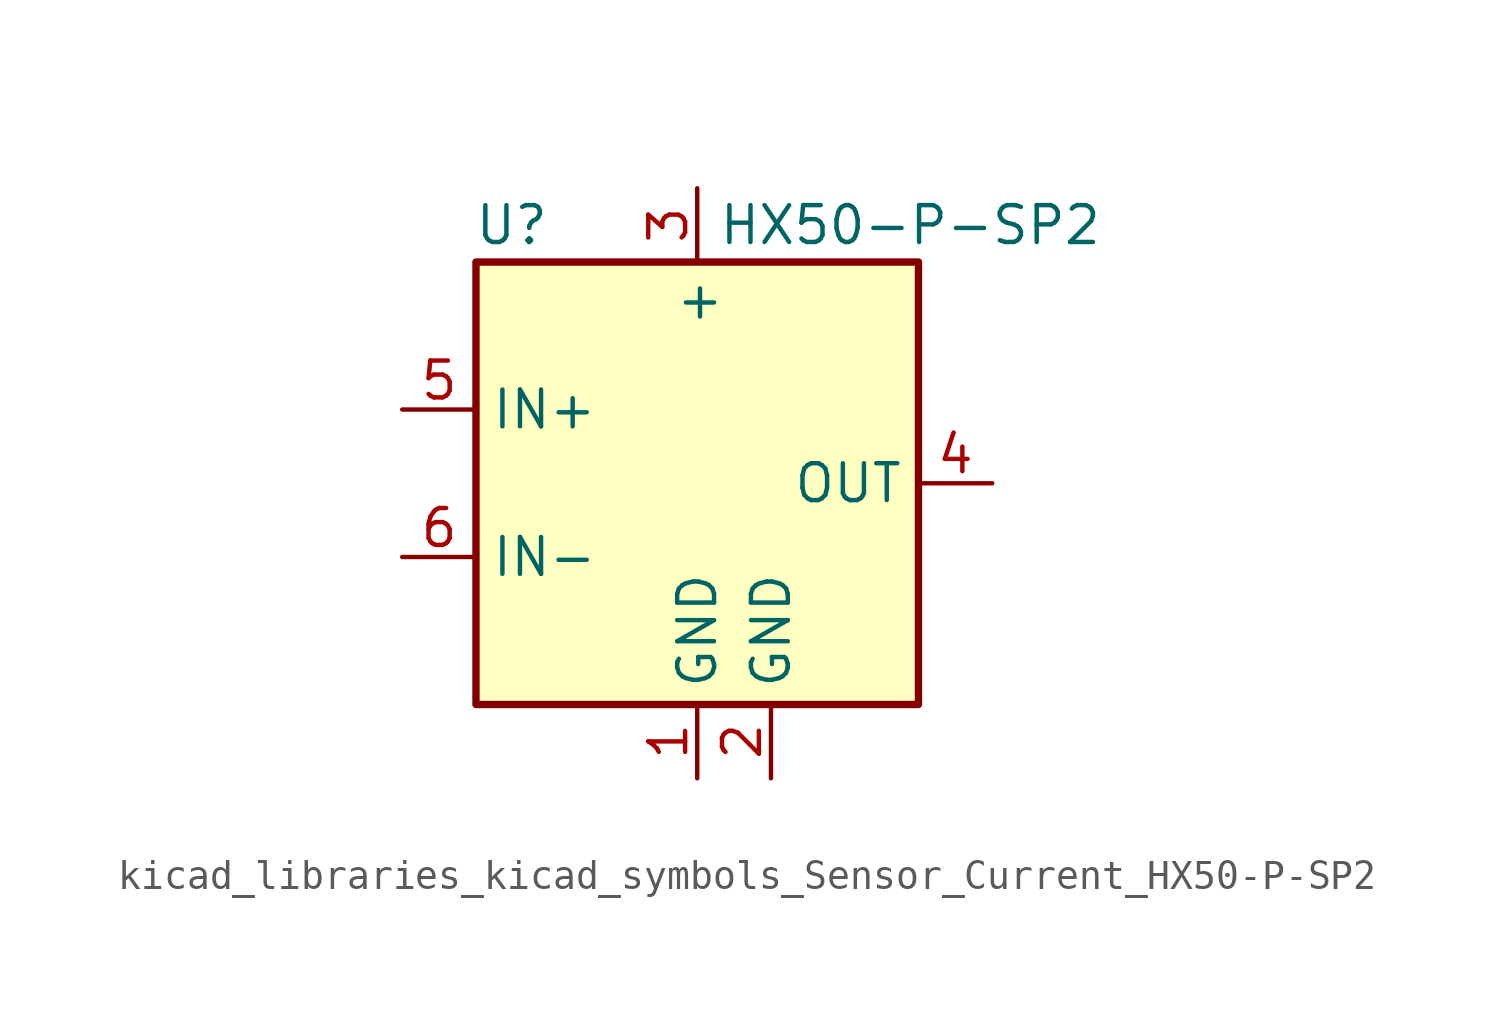
<source format=kicad_sym>
(kicad_symbol_lib
  (version 20220914)
  (generator kicad_symbol_editor)
  (symbol "kicad_libraries_kicad_symbols_Sensor_Current_HX50-P-SP2"
    (property "Reference" "U"
      (at -5.08 8.89 0)
      (effects (font (size 1.27 1.27)) (justify right)))
    (property "Value" "HX50-P-SP2"
      (at 13.97 8.89 0)
      (effects (font (size 1.27 1.27)) (justify right)))
    (symbol "kicad_libraries_kicad_symbols_Sensor_Current_HX50-P-SP2_0_1"
      (rectangle (start -7.62 7.62) (end 7.62 -7.62) (stroke (width 0.254) (type default)) (fill (type background))))
    (symbol "kicad_libraries_kicad_symbols_Sensor_Current_HX50-P-SP2_1_1"
      (pin power_in line (at 0 -10.16 90) (length 2.54) (name "GND" (effects (font (size 1.27 1.27)))) (number "1" (effects (font (size 1.27 1.27)))))
      (pin power_in line (at 2.54 -10.16 90) (length 2.54) (name "GND" (effects (font (size 1.27 1.27)))) (number "2" (effects (font (size 1.27 1.27)))))
      (pin power_in line (at 0 10.16 270) (length 2.54) (name "+" (effects (font (size 1.27 1.27)))) (number "3" (effects (font (size 1.27 1.27)))))
      (pin output line (at 10.16 0 180) (length 2.54) (name "OUT" (effects (font (size 1.27 1.27)))) (number "4" (effects (font (size 1.27 1.27)))))
      (pin passive line (at -10.16 2.54 0) (length 2.54) (name "IN+" (effects (font (size 1.27 1.27)))) (number "5" (effects (font (size 1.27 1.27)))))
      (pin passive line (at -10.16 -2.54 0) (length 2.54) (name "IN-" (effects (font (size 1.27 1.27)))) (number "6" (effects (font (size 1.27 1.27))))))))
</source>
